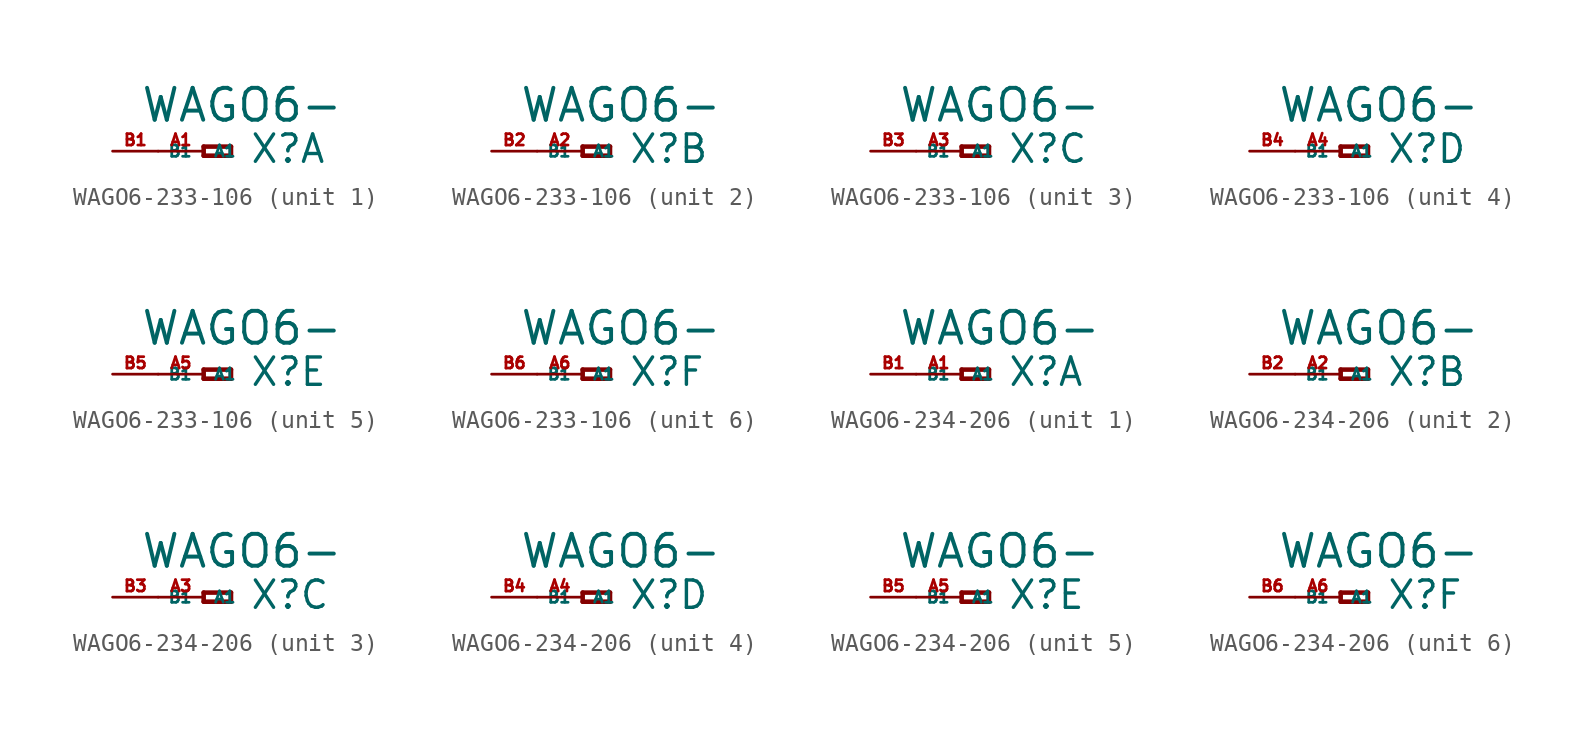
<source format=kicad_sym>
(kicad_symbol_lib
  (version 20220914)
  (generator Eagle2Kicad)
  (symbol "WAGO6-233-106"
    (property "Reference" "X"
      (at 2.54 -0.762 0)
      (effects (font (size 1.524 1.524) (thickness 0.19)) (justify left bottom)))
    (property "Value" "WAGO6-"
      (at -3.556 1.524 0)
      (effects (font (size 1.778 1.778) (thickness 0.22)) (justify left bottom)))
    (symbol "WAGO6-233-106_1_0"
      (polyline (pts (xy 0 0.254) (xy 0 -0.254)) (stroke (width 0.254) (type default)) (fill (type none)))
      (polyline (pts (xy 0 -0.254) (xy 1.524 -0.254)) (stroke (width 0.254) (type default)) (fill (type none)))
      (polyline (pts (xy 1.524 -0.254) (xy 1.524 0.254)) (stroke (width 0.254) (type default)) (fill (type none)))
      (polyline (pts (xy 1.524 0.254) (xy 0 0.254)) (stroke (width 0.254) (type default)) (fill (type none)))
      (pin passive line (at -2.54 0 0) (length 2.54) (name "A1" (effects (font (size 0.635 0.635) (thickness 0.08)) (justify left bottom))) (number "A1" (effects (font (size 0.635 0.635) (thickness 0.08)) (justify left bottom))))
      (pin passive line (at -5.08 0 0) (length 2.54) (name "B1" (effects (font (size 0.635 0.635) (thickness 0.08)) (justify left bottom))) (number "B1" (effects (font (size 0.635 0.635) (thickness 0.08)) (justify left bottom)))))
    (symbol "WAGO6-233-106_2_0"
      (polyline (pts (xy 0 0.254) (xy 0 -0.254)) (stroke (width 0.254) (type default)) (fill (type none)))
      (polyline (pts (xy 0 -0.254) (xy 1.524 -0.254)) (stroke (width 0.254) (type default)) (fill (type none)))
      (polyline (pts (xy 1.524 -0.254) (xy 1.524 0.254)) (stroke (width 0.254) (type default)) (fill (type none)))
      (polyline (pts (xy 1.524 0.254) (xy 0 0.254)) (stroke (width 0.254) (type default)) (fill (type none)))
      (pin passive line (at -2.54 0 0) (length 2.54) (name "A1" (effects (font (size 0.635 0.635) (thickness 0.08)) (justify left bottom))) (number "A2" (effects (font (size 0.635 0.635) (thickness 0.08)) (justify left bottom))))
      (pin passive line (at -5.08 0 0) (length 2.54) (name "B1" (effects (font (size 0.635 0.635) (thickness 0.08)) (justify left bottom))) (number "B2" (effects (font (size 0.635 0.635) (thickness 0.08)) (justify left bottom)))))
    (symbol "WAGO6-233-106_3_0"
      (polyline (pts (xy 0 0.254) (xy 0 -0.254)) (stroke (width 0.254) (type default)) (fill (type none)))
      (polyline (pts (xy 0 -0.254) (xy 1.524 -0.254)) (stroke (width 0.254) (type default)) (fill (type none)))
      (polyline (pts (xy 1.524 -0.254) (xy 1.524 0.254)) (stroke (width 0.254) (type default)) (fill (type none)))
      (polyline (pts (xy 1.524 0.254) (xy 0 0.254)) (stroke (width 0.254) (type default)) (fill (type none)))
      (pin passive line (at -2.54 0 0) (length 2.54) (name "A1" (effects (font (size 0.635 0.635) (thickness 0.08)) (justify left bottom))) (number "A3" (effects (font (size 0.635 0.635) (thickness 0.08)) (justify left bottom))))
      (pin passive line (at -5.08 0 0) (length 2.54) (name "B1" (effects (font (size 0.635 0.635) (thickness 0.08)) (justify left bottom))) (number "B3" (effects (font (size 0.635 0.635) (thickness 0.08)) (justify left bottom)))))
    (symbol "WAGO6-233-106_4_0"
      (polyline (pts (xy 0 0.254) (xy 0 -0.254)) (stroke (width 0.254) (type default)) (fill (type none)))
      (polyline (pts (xy 0 -0.254) (xy 1.524 -0.254)) (stroke (width 0.254) (type default)) (fill (type none)))
      (polyline (pts (xy 1.524 -0.254) (xy 1.524 0.254)) (stroke (width 0.254) (type default)) (fill (type none)))
      (polyline (pts (xy 1.524 0.254) (xy 0 0.254)) (stroke (width 0.254) (type default)) (fill (type none)))
      (pin passive line (at -2.54 0 0) (length 2.54) (name "A1" (effects (font (size 0.635 0.635) (thickness 0.08)) (justify left bottom))) (number "A4" (effects (font (size 0.635 0.635) (thickness 0.08)) (justify left bottom))))
      (pin passive line (at -5.08 0 0) (length 2.54) (name "B1" (effects (font (size 0.635 0.635) (thickness 0.08)) (justify left bottom))) (number "B4" (effects (font (size 0.635 0.635) (thickness 0.08)) (justify left bottom)))))
    (symbol "WAGO6-233-106_5_0"
      (polyline (pts (xy 0 0.254) (xy 0 -0.254)) (stroke (width 0.254) (type default)) (fill (type none)))
      (polyline (pts (xy 0 -0.254) (xy 1.524 -0.254)) (stroke (width 0.254) (type default)) (fill (type none)))
      (polyline (pts (xy 1.524 -0.254) (xy 1.524 0.254)) (stroke (width 0.254) (type default)) (fill (type none)))
      (polyline (pts (xy 1.524 0.254) (xy 0 0.254)) (stroke (width 0.254) (type default)) (fill (type none)))
      (pin passive line (at -2.54 0 0) (length 2.54) (name "A1" (effects (font (size 0.635 0.635) (thickness 0.08)) (justify left bottom))) (number "A5" (effects (font (size 0.635 0.635) (thickness 0.08)) (justify left bottom))))
      (pin passive line (at -5.08 0 0) (length 2.54) (name "B1" (effects (font (size 0.635 0.635) (thickness 0.08)) (justify left bottom))) (number "B5" (effects (font (size 0.635 0.635) (thickness 0.08)) (justify left bottom)))))
    (symbol "WAGO6-233-106_6_0"
      (polyline (pts (xy 0 0.254) (xy 0 -0.254)) (stroke (width 0.254) (type default)) (fill (type none)))
      (polyline (pts (xy 0 -0.254) (xy 1.524 -0.254)) (stroke (width 0.254) (type default)) (fill (type none)))
      (polyline (pts (xy 1.524 -0.254) (xy 1.524 0.254)) (stroke (width 0.254) (type default)) (fill (type none)))
      (polyline (pts (xy 1.524 0.254) (xy 0 0.254)) (stroke (width 0.254) (type default)) (fill (type none)))
      (pin passive line (at -2.54 0 0) (length 2.54) (name "A1" (effects (font (size 0.635 0.635) (thickness 0.08)) (justify left bottom))) (number "A6" (effects (font (size 0.635 0.635) (thickness 0.08)) (justify left bottom))))
      (pin passive line (at -5.08 0 0) (length 2.54) (name "B1" (effects (font (size 0.635 0.635) (thickness 0.08)) (justify left bottom))) (number "B6" (effects (font (size 0.635 0.635) (thickness 0.08)) (justify left bottom))))))
  (symbol "WAGO6-234-206"
    (property "Reference" "X"
      (at 2.54 -0.762 0)
      (effects (font (size 1.524 1.524) (thickness 0.19)) (justify left bottom)))
    (property "Value" "WAGO6-"
      (at -3.556 1.524 0)
      (effects (font (size 1.778 1.778) (thickness 0.22)) (justify left bottom)))
    (symbol "WAGO6-234-206_1_0"
      (polyline (pts (xy 0 0.254) (xy 0 -0.254)) (stroke (width 0.254) (type default)) (fill (type none)))
      (polyline (pts (xy 0 -0.254) (xy 1.524 -0.254)) (stroke (width 0.254) (type default)) (fill (type none)))
      (polyline (pts (xy 1.524 -0.254) (xy 1.524 0.254)) (stroke (width 0.254) (type default)) (fill (type none)))
      (polyline (pts (xy 1.524 0.254) (xy 0 0.254)) (stroke (width 0.254) (type default)) (fill (type none)))
      (pin passive line (at -2.54 0 0) (length 2.54) (name "A1" (effects (font (size 0.635 0.635) (thickness 0.08)) (justify left bottom))) (number "A1" (effects (font (size 0.635 0.635) (thickness 0.08)) (justify left bottom))))
      (pin passive line (at -5.08 0 0) (length 2.54) (name "B1" (effects (font (size 0.635 0.635) (thickness 0.08)) (justify left bottom))) (number "B1" (effects (font (size 0.635 0.635) (thickness 0.08)) (justify left bottom)))))
    (symbol "WAGO6-234-206_2_0"
      (polyline (pts (xy 0 0.254) (xy 0 -0.254)) (stroke (width 0.254) (type default)) (fill (type none)))
      (polyline (pts (xy 0 -0.254) (xy 1.524 -0.254)) (stroke (width 0.254) (type default)) (fill (type none)))
      (polyline (pts (xy 1.524 -0.254) (xy 1.524 0.254)) (stroke (width 0.254) (type default)) (fill (type none)))
      (polyline (pts (xy 1.524 0.254) (xy 0 0.254)) (stroke (width 0.254) (type default)) (fill (type none)))
      (pin passive line (at -2.54 0 0) (length 2.54) (name "A1" (effects (font (size 0.635 0.635) (thickness 0.08)) (justify left bottom))) (number "A2" (effects (font (size 0.635 0.635) (thickness 0.08)) (justify left bottom))))
      (pin passive line (at -5.08 0 0) (length 2.54) (name "B1" (effects (font (size 0.635 0.635) (thickness 0.08)) (justify left bottom))) (number "B2" (effects (font (size 0.635 0.635) (thickness 0.08)) (justify left bottom)))))
    (symbol "WAGO6-234-206_3_0"
      (polyline (pts (xy 0 0.254) (xy 0 -0.254)) (stroke (width 0.254) (type default)) (fill (type none)))
      (polyline (pts (xy 0 -0.254) (xy 1.524 -0.254)) (stroke (width 0.254) (type default)) (fill (type none)))
      (polyline (pts (xy 1.524 -0.254) (xy 1.524 0.254)) (stroke (width 0.254) (type default)) (fill (type none)))
      (polyline (pts (xy 1.524 0.254) (xy 0 0.254)) (stroke (width 0.254) (type default)) (fill (type none)))
      (pin passive line (at -2.54 0 0) (length 2.54) (name "A1" (effects (font (size 0.635 0.635) (thickness 0.08)) (justify left bottom))) (number "A3" (effects (font (size 0.635 0.635) (thickness 0.08)) (justify left bottom))))
      (pin passive line (at -5.08 0 0) (length 2.54) (name "B1" (effects (font (size 0.635 0.635) (thickness 0.08)) (justify left bottom))) (number "B3" (effects (font (size 0.635 0.635) (thickness 0.08)) (justify left bottom)))))
    (symbol "WAGO6-234-206_4_0"
      (polyline (pts (xy 0 0.254) (xy 0 -0.254)) (stroke (width 0.254) (type default)) (fill (type none)))
      (polyline (pts (xy 0 -0.254) (xy 1.524 -0.254)) (stroke (width 0.254) (type default)) (fill (type none)))
      (polyline (pts (xy 1.524 -0.254) (xy 1.524 0.254)) (stroke (width 0.254) (type default)) (fill (type none)))
      (polyline (pts (xy 1.524 0.254) (xy 0 0.254)) (stroke (width 0.254) (type default)) (fill (type none)))
      (pin passive line (at -2.54 0 0) (length 2.54) (name "A1" (effects (font (size 0.635 0.635) (thickness 0.08)) (justify left bottom))) (number "A4" (effects (font (size 0.635 0.635) (thickness 0.08)) (justify left bottom))))
      (pin passive line (at -5.08 0 0) (length 2.54) (name "B1" (effects (font (size 0.635 0.635) (thickness 0.08)) (justify left bottom))) (number "B4" (effects (font (size 0.635 0.635) (thickness 0.08)) (justify left bottom)))))
    (symbol "WAGO6-234-206_5_0"
      (polyline (pts (xy 0 0.254) (xy 0 -0.254)) (stroke (width 0.254) (type default)) (fill (type none)))
      (polyline (pts (xy 0 -0.254) (xy 1.524 -0.254)) (stroke (width 0.254) (type default)) (fill (type none)))
      (polyline (pts (xy 1.524 -0.254) (xy 1.524 0.254)) (stroke (width 0.254) (type default)) (fill (type none)))
      (polyline (pts (xy 1.524 0.254) (xy 0 0.254)) (stroke (width 0.254) (type default)) (fill (type none)))
      (pin passive line (at -2.54 0 0) (length 2.54) (name "A1" (effects (font (size 0.635 0.635) (thickness 0.08)) (justify left bottom))) (number "A5" (effects (font (size 0.635 0.635) (thickness 0.08)) (justify left bottom))))
      (pin passive line (at -5.08 0 0) (length 2.54) (name "B1" (effects (font (size 0.635 0.635) (thickness 0.08)) (justify left bottom))) (number "B5" (effects (font (size 0.635 0.635) (thickness 0.08)) (justify left bottom)))))
    (symbol "WAGO6-234-206_6_0"
      (polyline (pts (xy 0 0.254) (xy 0 -0.254)) (stroke (width 0.254) (type default)) (fill (type none)))
      (polyline (pts (xy 0 -0.254) (xy 1.524 -0.254)) (stroke (width 0.254) (type default)) (fill (type none)))
      (polyline (pts (xy 1.524 -0.254) (xy 1.524 0.254)) (stroke (width 0.254) (type default)) (fill (type none)))
      (polyline (pts (xy 1.524 0.254) (xy 0 0.254)) (stroke (width 0.254) (type default)) (fill (type none)))
      (pin passive line (at -2.54 0 0) (length 2.54) (name "A1" (effects (font (size 0.635 0.635) (thickness 0.08)) (justify left bottom))) (number "A6" (effects (font (size 0.635 0.635) (thickness 0.08)) (justify left bottom))))
      (pin passive line (at -5.08 0 0) (length 2.54) (name "B1" (effects (font (size 0.635 0.635) (thickness 0.08)) (justify left bottom))) (number "B6" (effects (font (size 0.635 0.635) (thickness 0.08)) (justify left bottom)))))))
</source>
